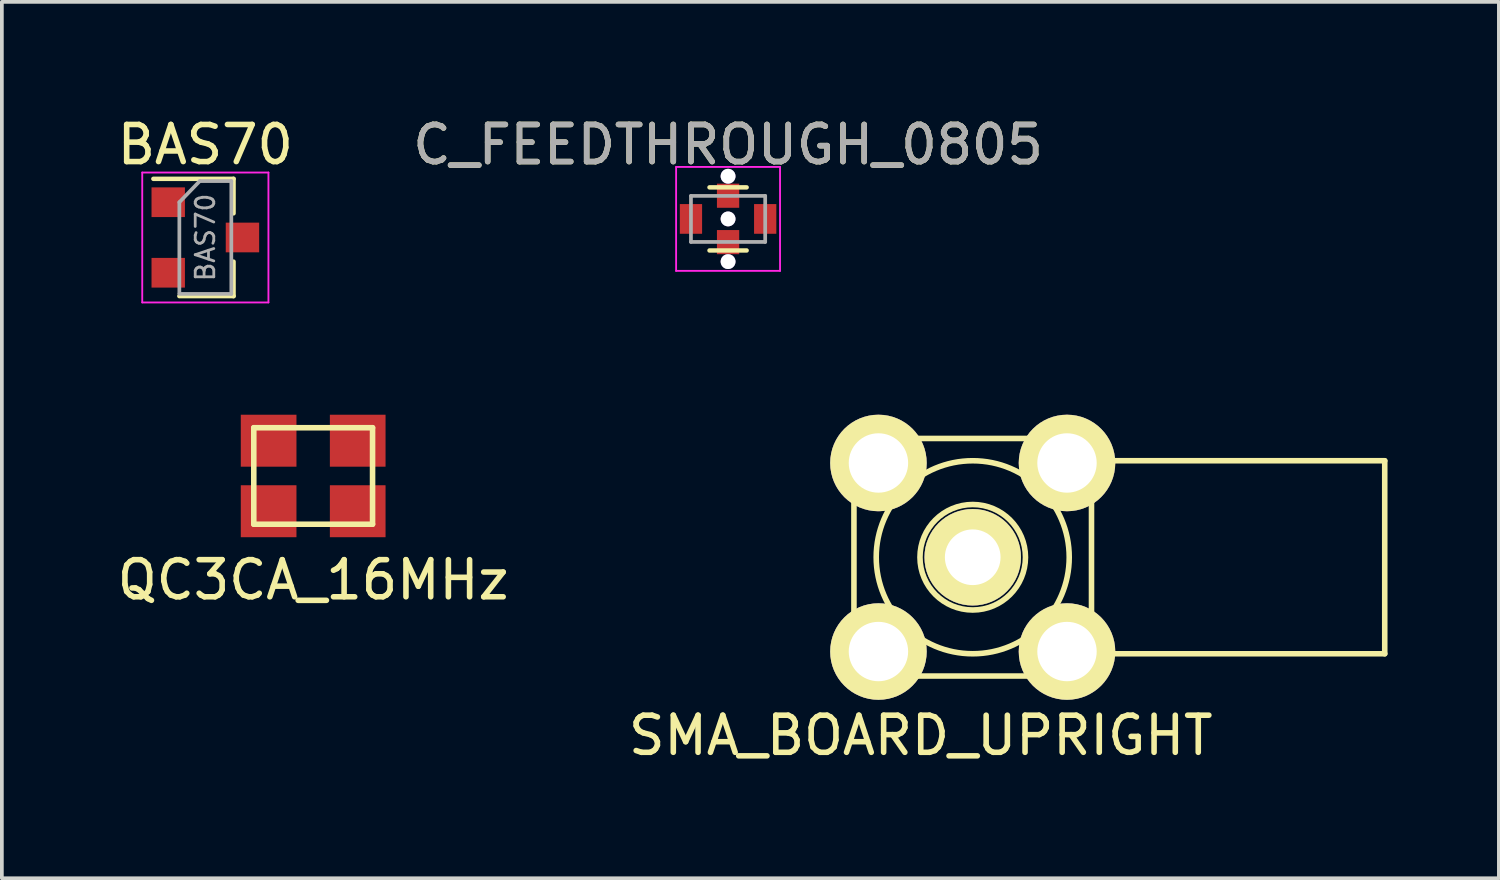
<source format=kicad_pcb>
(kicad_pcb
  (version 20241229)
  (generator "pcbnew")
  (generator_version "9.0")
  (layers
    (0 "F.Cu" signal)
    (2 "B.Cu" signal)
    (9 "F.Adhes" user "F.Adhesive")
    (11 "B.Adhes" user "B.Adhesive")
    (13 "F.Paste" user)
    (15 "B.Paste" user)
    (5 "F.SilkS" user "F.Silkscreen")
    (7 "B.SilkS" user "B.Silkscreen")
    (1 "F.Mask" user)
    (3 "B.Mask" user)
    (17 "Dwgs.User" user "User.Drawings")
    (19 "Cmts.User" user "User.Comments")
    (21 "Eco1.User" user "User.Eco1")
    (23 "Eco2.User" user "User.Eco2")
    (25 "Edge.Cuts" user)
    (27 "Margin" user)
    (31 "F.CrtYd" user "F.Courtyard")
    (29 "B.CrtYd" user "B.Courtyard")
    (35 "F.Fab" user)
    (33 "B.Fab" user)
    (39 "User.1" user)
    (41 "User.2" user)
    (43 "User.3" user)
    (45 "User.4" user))
  (footprint "SMA_BOARD_UPRIGHT"
    (layer "F.Cu")
    (at 23.156 11.963)
    (property "Reference" "SMA_BOARD_UPRIGHT" (at -1.4 4.8 0) (layer "F.SilkS") (effects (font (size 1 1) (thickness 0.15))))
    (attr through_hole)
    (fp_line (start -3.2 -3.2) (end -3.2 3.2) (stroke (width 0.15) (type solid)) (layer "F.SilkS"))
    (fp_line (start -3.2 -3.2) (end 3.2 -3.2) (stroke (width 0.15) (type solid)) (layer "F.SilkS"))
    (fp_line (start -3.2 -2.2) (end -2.2 -2.2) (stroke (width 0.15) (type solid)) (layer "F.SilkS"))
    (fp_line (start -3.2 2.2) (end -2.2 2.2) (stroke (width 0.15) (type solid)) (layer "F.SilkS"))
    (fp_line (start -2.2 -2.2) (end -2.2 -3.2) (stroke (width 0.15) (type solid)) (layer "F.SilkS"))
    (fp_line (start -2.2 2.2) (end -2.2 3.2) (stroke (width 0.15) (type solid)) (layer "F.SilkS"))
    (fp_line (start 2.2 -2.2) (end 2.2 -3.2) (stroke (width 0.15) (type solid)) (layer "F.SilkS"))
    (fp_line (start 2.2 2.2) (end 2.2 3.2) (stroke (width 0.15) (type solid)) (layer "F.SilkS"))
    (fp_line (start 3.2 -3.2) (end 3.2 3.2) (stroke (width 0.15) (type solid)) (layer "F.SilkS"))
    (fp_line (start 3.2 -2.2) (end 2.2 -2.2) (stroke (width 0.15) (type solid)) (layer "F.SilkS"))
    (fp_line (start 3.2 2.2) (end 2.2 2.2) (stroke (width 0.15) (type solid)) (layer "F.SilkS"))
    (fp_line (start 3.2 2.6) (end 11.1 2.6) (stroke (width 0.15) (type solid)) (layer "F.SilkS"))
    (fp_line (start 3.2 3.2) (end -3.2 3.2) (stroke (width 0.15) (type solid)) (layer "F.SilkS"))
    (fp_line (start 11.1 -2.6) (end 3.2 -2.6) (stroke (width 0.15) (type solid)) (layer "F.SilkS"))
    (fp_line (start 11.1 2.6) (end 11.1 -2.6) (stroke (width 0.15) (type solid)) (layer "F.SilkS"))
    (fp_circle (center 0 0) (end 0.9 1.1) (stroke (width 0.15) (type solid)) (fill no) (layer "F.SilkS"))
    (fp_circle (center 0 0) (end 1 2.4) (stroke (width 0.15) (type solid)) (fill no) (layer "F.SilkS"))
    (pad "1" thru_hole circle (at 0 0) (size 2.6 2.6) (drill 1.5) (layers "*.Cu" "*.Mask" "F.SilkS"))
    (pad "2" thru_hole circle (at -2.54 2.54) (size 2.6 2.6) (drill 1.6) (layers "*.Cu" "*.Mask" "F.SilkS"))
    (pad "3" thru_hole circle (at 2.54 2.54) (size 2.6 2.6) (drill 1.6) (layers "*.Cu" "*.Mask" "F.SilkS"))
    (pad "4" thru_hole circle (at 2.54 -2.54) (size 2.6 2.6) (drill 1.6) (layers "*.Cu" "*.Mask" "F.SilkS"))
    (pad "5" thru_hole circle (at -2.54 -2.54) (size 2.6 2.6) (drill 1.6) (layers "*.Cu" "*.Mask" "F.SilkS")))
  (footprint "BAS70"
    (layer "F.Cu")
    (at 2.482 3.348)
    (property "Reference" "BAS70" (at 0 -2.5 0) (layer "F.SilkS") (effects (font (size 1 1) (thickness 0.15))))
    (attr smd)
    (fp_line (start 0.76 -1.58) (end -1.4 -1.58) (stroke (width 0.12) (type solid)) (layer "F.SilkS"))
    (fp_line (start 0.76 -1.58) (end 0.76 -0.65) (stroke (width 0.12) (type solid)) (layer "F.SilkS"))
    (fp_line (start 0.76 1.58) (end -0.7 1.58) (stroke (width 0.12) (type solid)) (layer "F.SilkS"))
    (fp_line (start 0.76 1.58) (end 0.76 0.65) (stroke (width 0.12) (type solid)) (layer "F.SilkS"))
    (fp_line (start -1.7 -1.75) (end 1.7 -1.75) (stroke (width 0.05) (type solid)) (layer "F.CrtYd"))
    (fp_line (start -1.7 1.75) (end -1.7 -1.75) (stroke (width 0.05) (type solid)) (layer "F.CrtYd"))
    (fp_line (start 1.7 -1.75) (end 1.7 1.75) (stroke (width 0.05) (type solid)) (layer "F.CrtYd"))
    (fp_line (start 1.7 1.75) (end -1.7 1.75) (stroke (width 0.05) (type solid)) (layer "F.CrtYd"))
    (fp_line (start -0.7 -0.95) (end -0.7 1.5) (stroke (width 0.1) (type solid)) (layer "F.Fab"))
    (fp_line (start -0.7 -0.95) (end -0.15 -1.52) (stroke (width 0.1) (type solid)) (layer "F.Fab"))
    (fp_line (start -0.7 1.52) (end 0.7 1.52) (stroke (width 0.1) (type solid)) (layer "F.Fab"))
    (fp_line (start -0.15 -1.52) (end 0.7 -1.52) (stroke (width 0.1) (type solid)) (layer "F.Fab"))
    (fp_line (start 0.7 -1.52) (end 0.7 1.52) (stroke (width 0.1) (type solid)) (layer "F.Fab"))
    (fp_text user "${REFERENCE}" (at 0 0 90) (layer "F.Fab") (effects (font (size 0.5 0.5) (thickness 0.075))))
    (pad "" smd rect (at -1 0.95) (size 0.9 0.8) (layers "F.Cu" "F.Mask" "F.Paste"))
    (pad "1" smd rect (at -1 -0.95) (size 0.9 0.8) (layers "F.Cu" "F.Mask" "F.Paste"))
    (pad "2" smd rect (at 1 0) (size 0.9 0.8) (layers "F.Cu" "F.Mask" "F.Paste")))
  (footprint "C_FEEDTHROUGH_0805"
    (layer "F.Cu")
    (at 16.565 2.848)
    (property "Reference" "C_FEEDTHROUGH_0805" (at 0 -2 0) (layer "F.SilkS") (effects (font (size 1 1) (thickness 0.15))))
    (attr smd)
    (fp_line (start -0.5 0.85) (end 0.5 0.85) (stroke (width 0.12) (type solid)) (layer "F.SilkS"))
    (fp_line (start 0.5 -0.85) (end -0.5 -0.85) (stroke (width 0.12) (type solid)) (layer "F.SilkS"))
    (fp_line (start -1.4 -1.4) (end -1.4 1.4) (stroke (width 0.05) (type solid)) (layer "F.CrtYd"))
    (fp_line (start -1.4 -1.4) (end 1.4 -1.4) (stroke (width 0.05) (type solid)) (layer "F.CrtYd"))
    (fp_line (start 1.4 1.4) (end -1.4 1.4) (stroke (width 0.05) (type solid)) (layer "F.CrtYd"))
    (fp_line (start 1.4 1.4) (end 1.4 -1.4) (stroke (width 0.05) (type solid)) (layer "F.CrtYd"))
    (fp_line (start -1 -0.62) (end 1 -0.62) (stroke (width 0.1) (type solid)) (layer "F.Fab"))
    (fp_line (start -1 0.62) (end -1 -0.62) (stroke (width 0.1) (type solid)) (layer "F.Fab"))
    (fp_line (start 1 -0.62) (end 1 0.62) (stroke (width 0.1) (type solid)) (layer "F.Fab"))
    (fp_line (start 1 0.62) (end -1 0.62) (stroke (width 0.1) (type solid)) (layer "F.Fab"))
    (fp_text user "${REFERENCE}" (at 0 -2 0) (layer "F.Fab") (effects (font (size 1 1) (thickness 0.15))))
    (pad "1" smd rect (at -1 0) (size 0.6 0.8) (layers "F.Cu" "F.Mask" "F.Paste"))
    (pad "2" thru_hole circle (at 0 -1.15) (size 0.4 0.4) (drill 0.4) (layers "*.Cu"))
    (pad "2" smd rect (at 0 -0.625) (size 0.6 0.65) (layers "F.Cu" "F.Mask" "F.Paste"))
    (pad "2" thru_hole circle (at 0 0) (size 0.4 0.4) (drill 0.4) (layers "*.Cu"))
    (pad "2" smd rect (at 0 0.625) (size 0.6 0.65) (layers "F.Cu" "F.Mask" "F.Paste"))
    (pad "2" thru_hole circle (at 0 1.15) (size 0.4 0.4) (drill 0.4) (layers "*.Cu"))
    (pad "3" smd rect (at 1 0) (size 0.6 0.8) (layers "F.Cu" "F.Mask" "F.Paste")))
  (footprint "QC3CA_16MHz"
    (layer "F.Cu")
    (at 5.387 9.773)
    (property "Reference" "QC3CA_16MHz" (at 0 2.8 0) (layer "F.SilkS") (effects (font (size 1 1) (thickness 0.15))))
    (attr through_hole)
    (fp_line (start -1.6 -1.3) (end 1.6 -1.3) (stroke (width 0.15) (type solid)) (layer "F.SilkS"))
    (fp_line (start -1.6 1.3) (end -1.6 -1.3) (stroke (width 0.15) (type solid)) (layer "F.SilkS"))
    (fp_line (start 1.6 -1.3) (end 1.6 1.3) (stroke (width 0.15) (type solid)) (layer "F.SilkS"))
    (fp_line (start 1.6 1.3) (end -1.6 1.3) (stroke (width 0.15) (type solid)) (layer "F.SilkS"))
    (pad "" smd rect (at -1.2 -0.95) (size 1.5 1.4) (layers "F.Cu" "F.Mask" "F.Paste"))
    (pad "" smd rect (at 1.2 0.95) (size 1.5 1.4) (layers "F.Cu" "F.Mask" "F.Paste"))
    (pad "1" smd rect (at -1.2 0.95) (size 1.5 1.4) (layers "F.Cu" "F.Mask" "F.Paste"))
    (pad "2" smd rect (at 1.2 -0.95) (size 1.5 1.4) (layers "F.Cu" "F.Mask" "F.Paste")))
  (gr_rect
    (start -3 -3)
    (end 37.331 20.611)
    (stroke (width 0.1) (type default))
    (fill no)
    (layer "Edge.Cuts")))
</source>
